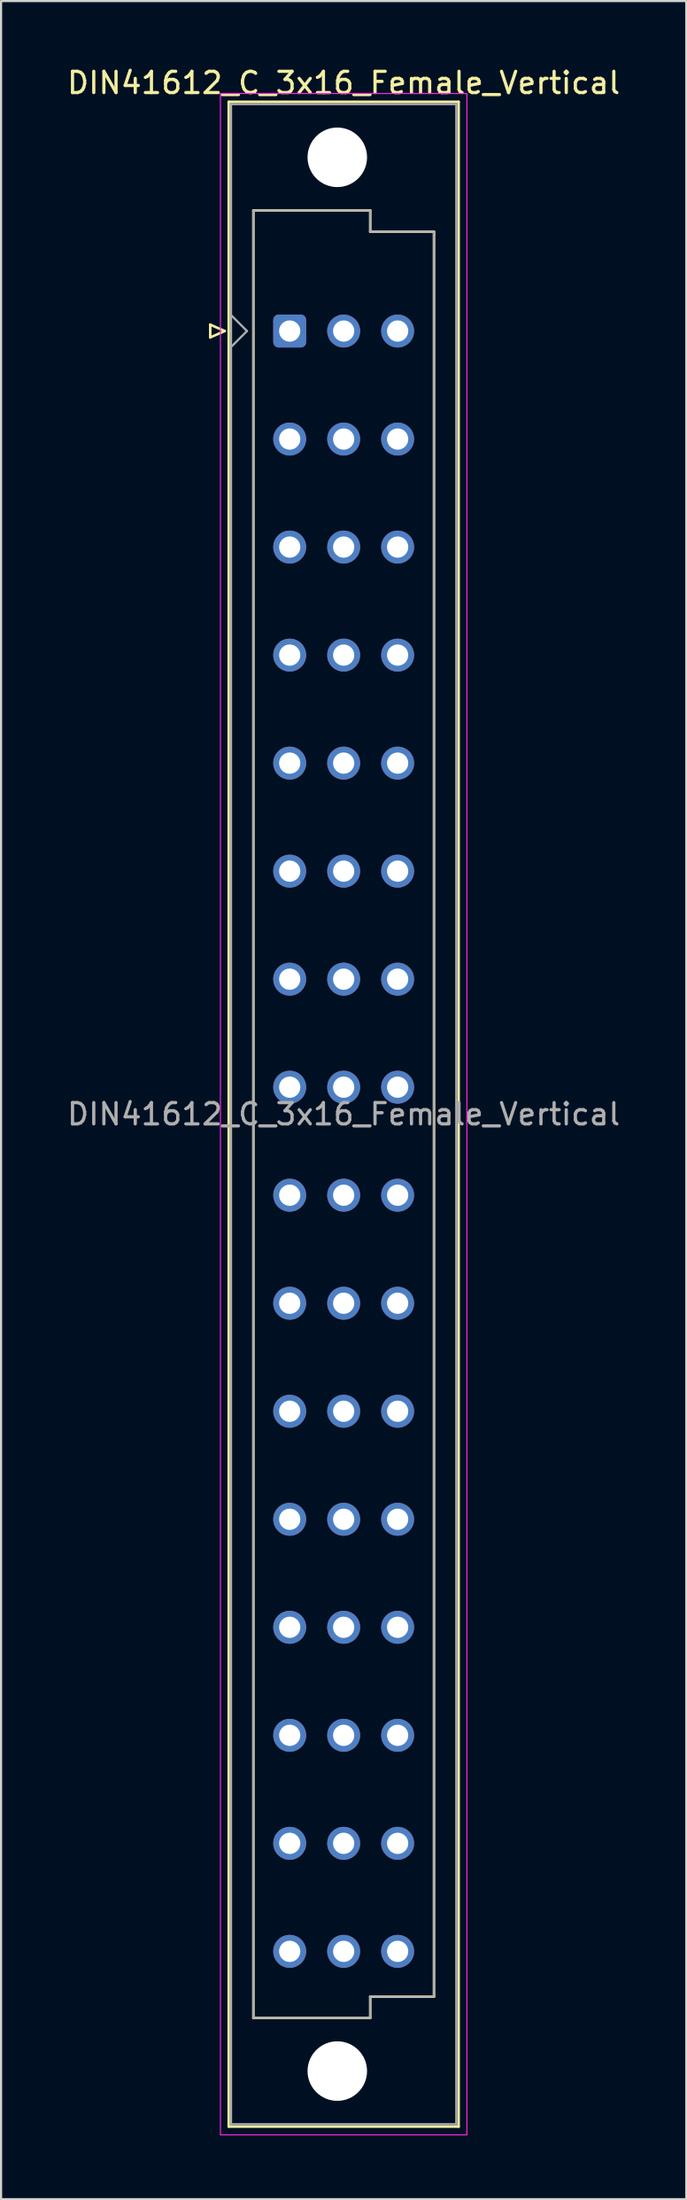
<source format=kicad_pcb>
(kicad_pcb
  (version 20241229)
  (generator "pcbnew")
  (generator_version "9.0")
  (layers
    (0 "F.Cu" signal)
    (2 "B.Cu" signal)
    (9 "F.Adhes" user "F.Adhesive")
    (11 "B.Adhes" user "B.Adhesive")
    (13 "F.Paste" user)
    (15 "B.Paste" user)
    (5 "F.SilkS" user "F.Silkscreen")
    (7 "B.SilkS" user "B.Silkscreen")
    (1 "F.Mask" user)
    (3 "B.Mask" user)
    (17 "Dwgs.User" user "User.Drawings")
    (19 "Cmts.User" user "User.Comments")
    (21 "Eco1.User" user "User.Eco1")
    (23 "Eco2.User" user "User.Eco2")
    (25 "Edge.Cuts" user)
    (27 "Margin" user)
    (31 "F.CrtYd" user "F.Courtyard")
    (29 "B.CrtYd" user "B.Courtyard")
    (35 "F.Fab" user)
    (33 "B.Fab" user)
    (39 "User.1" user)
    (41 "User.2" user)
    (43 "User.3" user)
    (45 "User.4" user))
  (footprint "DIN41612_C_3x16_Female_Vertical"
    (layer "F.Cu")
    (at 10.585 9.978)
    (property "Reference" "DIN41612_C_3x16_Female_Vertical" (at 2.54 -9.13 0) (layer "F.SilkS") (effects (font (size 1 1) (thickness 0.15))))
    (attr through_hole)
    (fp_line (start -3.74 2.24) (end -3.74 2.84) (stroke (width 0.12) (type solid)) (layer "F.SilkS"))
    (fp_line (start -3.74 2.84) (end -3.06 2.54) (stroke (width 0.12) (type solid)) (layer "F.SilkS"))
    (fp_line (start -3.06 2.54) (end -3.74 2.24) (stroke (width 0.12) (type solid)) (layer "F.SilkS"))
    (fp_line (start -2.87 -8.24) (end 7.95 -8.24) (stroke (width 0.12) (type solid)) (layer "F.SilkS"))
    (fp_line (start -2.87 86.98) (end -2.87 -8.24) (stroke (width 0.12) (type solid)) (layer "F.SilkS"))
    (fp_line (start -1.71 -3.13) (end 3.79 -3.13) (stroke (width 0.12) (type solid)) (layer "F.SilkS"))
    (fp_line (start -1.71 81.87) (end -1.71 -3.13) (stroke (width 0.12) (type solid)) (layer "F.SilkS"))
    (fp_line (start 3.79 -3.13) (end 3.79 -2.13) (stroke (width 0.12) (type solid)) (layer "F.SilkS"))
    (fp_line (start 3.79 -2.13) (end 6.79 -2.13) (stroke (width 0.12) (type solid)) (layer "F.SilkS"))
    (fp_line (start 3.79 80.87) (end 3.79 81.87) (stroke (width 0.12) (type solid)) (layer "F.SilkS"))
    (fp_line (start 3.79 81.87) (end -1.71 81.87) (stroke (width 0.12) (type solid)) (layer "F.SilkS"))
    (fp_line (start 6.79 -2.13) (end 6.79 80.87) (stroke (width 0.12) (type solid)) (layer "F.SilkS"))
    (fp_line (start 6.79 80.87) (end 3.79 80.87) (stroke (width 0.12) (type solid)) (layer "F.SilkS"))
    (fp_line (start 7.95 -8.24) (end 7.95 86.98) (stroke (width 0.12) (type solid)) (layer "F.SilkS"))
    (fp_line (start 7.95 86.98) (end -2.87 86.98) (stroke (width 0.12) (type solid)) (layer "F.SilkS"))
    (fp_line (start -3.26 -8.63) (end 8.34 -8.63) (stroke (width 0.05) (type solid)) (layer "F.CrtYd"))
    (fp_line (start -3.26 87.37) (end -3.26 -8.63) (stroke (width 0.05) (type solid)) (layer "F.CrtYd"))
    (fp_line (start 8.34 -8.63) (end 8.34 87.37) (stroke (width 0.05) (type solid)) (layer "F.CrtYd"))
    (fp_line (start 8.34 87.37) (end -3.26 87.37) (stroke (width 0.05) (type solid)) (layer "F.CrtYd"))
    (fp_line (start -2.76 -8.13) (end 7.84 -8.13) (stroke (width 0.1) (type solid)) (layer "F.Fab"))
    (fp_line (start -2.76 1.79) (end -2.01 2.54) (stroke (width 0.1) (type solid)) (layer "F.Fab"))
    (fp_line (start -2.76 86.87) (end -2.76 -8.13) (stroke (width 0.1) (type solid)) (layer "F.Fab"))
    (fp_line (start -2.01 2.54) (end -2.76 3.29) (stroke (width 0.1) (type solid)) (layer "F.Fab"))
    (fp_line (start -1.71 -3.13) (end 3.79 -3.13) (stroke (width 0.1) (type solid)) (layer "F.Fab"))
    (fp_line (start -1.71 81.87) (end -1.71 -3.13) (stroke (width 0.1) (type solid)) (layer "F.Fab"))
    (fp_line (start 3.79 -3.13) (end 3.79 -2.13) (stroke (width 0.1) (type solid)) (layer "F.Fab"))
    (fp_line (start 3.79 -2.13) (end 6.79 -2.13) (stroke (width 0.1) (type solid)) (layer "F.Fab"))
    (fp_line (start 3.79 80.87) (end 3.79 81.87) (stroke (width 0.1) (type solid)) (layer "F.Fab"))
    (fp_line (start 3.79 81.87) (end -1.71 81.87) (stroke (width 0.1) (type solid)) (layer "F.Fab"))
    (fp_line (start 6.79 -2.13) (end 6.79 80.87) (stroke (width 0.1) (type solid)) (layer "F.Fab"))
    (fp_line (start 6.79 80.87) (end 3.79 80.87) (stroke (width 0.1) (type solid)) (layer "F.Fab"))
    (fp_line (start 7.84 -8.13) (end 7.84 86.87) (stroke (width 0.1) (type solid)) (layer "F.Fab"))
    (fp_line (start 7.84 86.87) (end -2.76 86.87) (stroke (width 0.1) (type solid)) (layer "F.Fab"))
    (fp_text user "${REFERENCE}" (at 2.54 39.37 0) (layer "F.Fab") (effects (font (size 1 1) (thickness 0.15))))
    (pad "" np_thru_hole circle (at 2.24 -5.63) (size 2.8 2.8) (drill 2.8) (layers "*.Cu" "*.Mask"))
    (pad "" np_thru_hole circle (at 2.24 84.37) (size 2.8 2.8) (drill 2.8) (layers "*.Cu" "*.Mask"))
    (pad "a2" thru_hole roundrect (at 0 2.54) (size 1.55 1.55) (drill 1) (layers "*.Cu" "*.Mask") (roundrect_rratio 0.161))
    (pad "a4" thru_hole circle (at 0 7.62) (size 1.55 1.55) (drill 1) (layers "*.Cu" "*.Mask"))
    (pad "a6" thru_hole circle (at 0 12.7) (size 1.55 1.55) (drill 1) (layers "*.Cu" "*.Mask"))
    (pad "a8" thru_hole circle (at 0 17.78) (size 1.55 1.55) (drill 1) (layers "*.Cu" "*.Mask"))
    (pad "a10" thru_hole circle (at 0 22.86) (size 1.55 1.55) (drill 1) (layers "*.Cu" "*.Mask"))
    (pad "a12" thru_hole circle (at 0 27.94) (size 1.55 1.55) (drill 1) (layers "*.Cu" "*.Mask"))
    (pad "a14" thru_hole circle (at 0 33.02) (size 1.55 1.55) (drill 1) (layers "*.Cu" "*.Mask"))
    (pad "a16" thru_hole circle (at 0 38.1) (size 1.55 1.55) (drill 1) (layers "*.Cu" "*.Mask"))
    (pad "a18" thru_hole circle (at 0 43.18) (size 1.55 1.55) (drill 1) (layers "*.Cu" "*.Mask"))
    (pad "a20" thru_hole circle (at 0 48.26) (size 1.55 1.55) (drill 1) (layers "*.Cu" "*.Mask"))
    (pad "a22" thru_hole circle (at 0 53.34) (size 1.55 1.55) (drill 1) (layers "*.Cu" "*.Mask"))
    (pad "a24" thru_hole circle (at 0 58.42) (size 1.55 1.55) (drill 1) (layers "*.Cu" "*.Mask"))
    (pad "a26" thru_hole circle (at 0 63.5) (size 1.55 1.55) (drill 1) (layers "*.Cu" "*.Mask"))
    (pad "a28" thru_hole circle (at 0 68.58) (size 1.55 1.55) (drill 1) (layers "*.Cu" "*.Mask"))
    (pad "a30" thru_hole circle (at 0 73.66) (size 1.55 1.55) (drill 1) (layers "*.Cu" "*.Mask"))
    (pad "a32" thru_hole circle (at 0 78.74) (size 1.55 1.55) (drill 1) (layers "*.Cu" "*.Mask"))
    (pad "b2" thru_hole circle (at 2.54 2.54) (size 1.55 1.55) (drill 1) (layers "*.Cu" "*.Mask"))
    (pad "b4" thru_hole circle (at 2.54 7.62) (size 1.55 1.55) (drill 1) (layers "*.Cu" "*.Mask"))
    (pad "b6" thru_hole circle (at 2.54 12.7) (size 1.55 1.55) (drill 1) (layers "*.Cu" "*.Mask"))
    (pad "b8" thru_hole circle (at 2.54 17.78) (size 1.55 1.55) (drill 1) (layers "*.Cu" "*.Mask"))
    (pad "b10" thru_hole circle (at 2.54 22.86) (size 1.55 1.55) (drill 1) (layers "*.Cu" "*.Mask"))
    (pad "b12" thru_hole circle (at 2.54 27.94) (size 1.55 1.55) (drill 1) (layers "*.Cu" "*.Mask"))
    (pad "b14" thru_hole circle (at 2.54 33.02) (size 1.55 1.55) (drill 1) (layers "*.Cu" "*.Mask"))
    (pad "b16" thru_hole circle (at 2.54 38.1) (size 1.55 1.55) (drill 1) (layers "*.Cu" "*.Mask"))
    (pad "b18" thru_hole circle (at 2.54 43.18) (size 1.55 1.55) (drill 1) (layers "*.Cu" "*.Mask"))
    (pad "b20" thru_hole circle (at 2.54 48.26) (size 1.55 1.55) (drill 1) (layers "*.Cu" "*.Mask"))
    (pad "b22" thru_hole circle (at 2.54 53.34) (size 1.55 1.55) (drill 1) (layers "*.Cu" "*.Mask"))
    (pad "b24" thru_hole circle (at 2.54 58.42) (size 1.55 1.55) (drill 1) (layers "*.Cu" "*.Mask"))
    (pad "b26" thru_hole circle (at 2.54 63.5) (size 1.55 1.55) (drill 1) (layers "*.Cu" "*.Mask"))
    (pad "b28" thru_hole circle (at 2.54 68.58) (size 1.55 1.55) (drill 1) (layers "*.Cu" "*.Mask"))
    (pad "b30" thru_hole circle (at 2.54 73.66) (size 1.55 1.55) (drill 1) (layers "*.Cu" "*.Mask"))
    (pad "b32" thru_hole circle (at 2.54 78.74) (size 1.55 1.55) (drill 1) (layers "*.Cu" "*.Mask"))
    (pad "c2" thru_hole circle (at 5.08 2.54) (size 1.55 1.55) (drill 1) (layers "*.Cu" "*.Mask"))
    (pad "c4" thru_hole circle (at 5.08 7.62) (size 1.55 1.55) (drill 1) (layers "*.Cu" "*.Mask"))
    (pad "c6" thru_hole circle (at 5.08 12.7) (size 1.55 1.55) (drill 1) (layers "*.Cu" "*.Mask"))
    (pad "c8" thru_hole circle (at 5.08 17.78) (size 1.55 1.55) (drill 1) (layers "*.Cu" "*.Mask"))
    (pad "c10" thru_hole circle (at 5.08 22.86) (size 1.55 1.55) (drill 1) (layers "*.Cu" "*.Mask"))
    (pad "c12" thru_hole circle (at 5.08 27.94) (size 1.55 1.55) (drill 1) (layers "*.Cu" "*.Mask"))
    (pad "c14" thru_hole circle (at 5.08 33.02) (size 1.55 1.55) (drill 1) (layers "*.Cu" "*.Mask"))
    (pad "c16" thru_hole circle (at 5.08 38.1) (size 1.55 1.55) (drill 1) (layers "*.Cu" "*.Mask"))
    (pad "c18" thru_hole circle (at 5.08 43.18) (size 1.55 1.55) (drill 1) (layers "*.Cu" "*.Mask"))
    (pad "c20" thru_hole circle (at 5.08 48.26) (size 1.55 1.55) (drill 1) (layers "*.Cu" "*.Mask"))
    (pad "c22" thru_hole circle (at 5.08 53.34) (size 1.55 1.55) (drill 1) (layers "*.Cu" "*.Mask"))
    (pad "c24" thru_hole circle (at 5.08 58.42) (size 1.55 1.55) (drill 1) (layers "*.Cu" "*.Mask"))
    (pad "c26" thru_hole circle (at 5.08 63.5) (size 1.55 1.55) (drill 1) (layers "*.Cu" "*.Mask"))
    (pad "c28" thru_hole circle (at 5.08 68.58) (size 1.55 1.55) (drill 1) (layers "*.Cu" "*.Mask"))
    (pad "c30" thru_hole circle (at 5.08 73.66) (size 1.55 1.55) (drill 1) (layers "*.Cu" "*.Mask"))
    (pad "c32" thru_hole circle (at 5.08 78.74) (size 1.55 1.55) (drill 1) (layers "*.Cu" "*.Mask")))
  (gr_rect
    (start -3 -3)
    (end 29.25 100.373)
    (stroke (width 0.1) (type default))
    (fill no)
    (layer "Edge.Cuts")))
</source>
